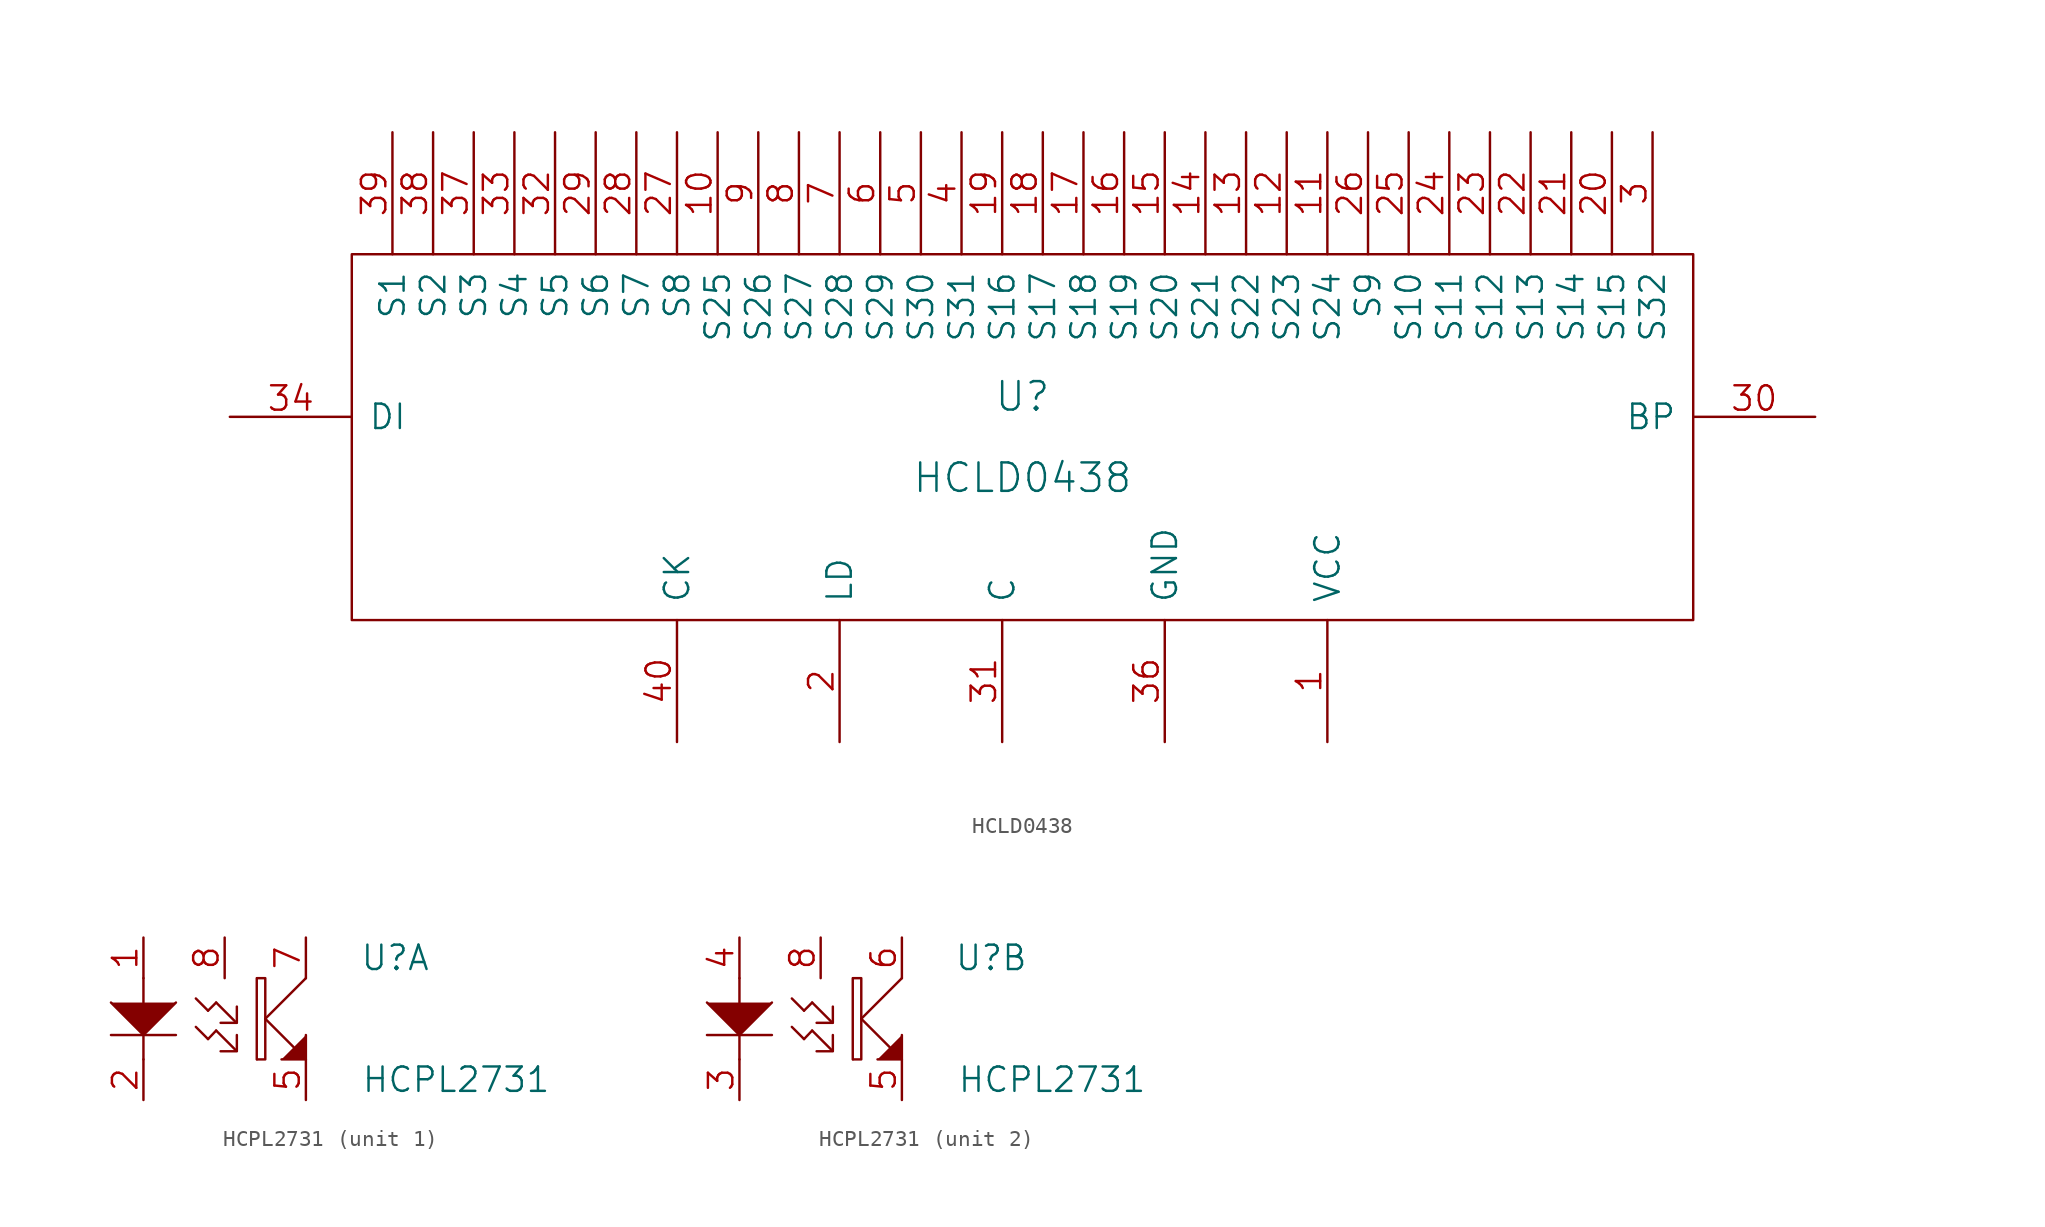
<source format=kicad_sym>
(kicad_symbol_lib
  (version 20211014)
  (generator kicad_symbol_editor)
  (symbol "HCLD0438"
    (pin_names
      (offset 1.016))
    (property "Reference" "U"
      (at 0 2.54 0)
      (effects (font (size 1.778 1.778))))
    (property "Value" "HCLD0438"
      (at 0 -2.54 0)
      (effects (font (size 1.778 1.778))))
    (property "Footprint" ""
      (at 0 0 0)
      (effects (font (size 1.524 1.524))))
    (property "Datasheet" ""
      (at 0 0 0)
      (effects (font (size 1.524 1.524))))
    (symbol "HCLD0438_0_1"
      (rectangle (start -41.91 -11.43) (end 41.91 11.43) (stroke (width 0) (type default) (color 0 0 0 0)) (fill (type none))))
    (symbol "HCLD0438_1_1"
      (pin input line (at 19.05 -19.05 90) (length 7.62) (name "VCC" (effects (font (size 1.524 1.524)))) (number "1" (effects (font (size 1.524 1.524)))))
      (pin output line (at -19.05 19.05 270) (length 7.62) (name "S25" (effects (font (size 1.524 1.524)))) (number "10" (effects (font (size 1.524 1.524)))))
      (pin output line (at 19.05 19.05 270) (length 7.62) (name "S24" (effects (font (size 1.524 1.524)))) (number "11" (effects (font (size 1.524 1.524)))))
      (pin output line (at 16.51 19.05 270) (length 7.62) (name "S23" (effects (font (size 1.524 1.524)))) (number "12" (effects (font (size 1.524 1.524)))))
      (pin output line (at 13.97 19.05 270) (length 7.62) (name "S22" (effects (font (size 1.524 1.524)))) (number "13" (effects (font (size 1.524 1.524)))))
      (pin output line (at 11.43 19.05 270) (length 7.62) (name "S21" (effects (font (size 1.524 1.524)))) (number "14" (effects (font (size 1.524 1.524)))))
      (pin output line (at 8.89 19.05 270) (length 7.62) (name "S20" (effects (font (size 1.524 1.524)))) (number "15" (effects (font (size 1.524 1.524)))))
      (pin output line (at 6.35 19.05 270) (length 7.62) (name "S19" (effects (font (size 1.524 1.524)))) (number "16" (effects (font (size 1.524 1.524)))))
      (pin output line (at 3.81 19.05 270) (length 7.62) (name "S18" (effects (font (size 1.524 1.524)))) (number "17" (effects (font (size 1.524 1.524)))))
      (pin output line (at 1.27 19.05 270) (length 7.62) (name "S17" (effects (font (size 1.524 1.524)))) (number "18" (effects (font (size 1.524 1.524)))))
      (pin output line (at -1.27 19.05 270) (length 7.62) (name "S16" (effects (font (size 1.524 1.524)))) (number "19" (effects (font (size 1.524 1.524)))))
      (pin input line (at -11.43 -19.05 90) (length 7.62) (name "LD" (effects (font (size 1.524 1.524)))) (number "2" (effects (font (size 1.524 1.524)))))
      (pin output line (at 36.83 19.05 270) (length 7.62) (name "S15" (effects (font (size 1.524 1.524)))) (number "20" (effects (font (size 1.524 1.524)))))
      (pin output line (at 34.29 19.05 270) (length 7.62) (name "S14" (effects (font (size 1.524 1.524)))) (number "21" (effects (font (size 1.524 1.524)))))
      (pin output line (at 31.75 19.05 270) (length 7.62) (name "S13" (effects (font (size 1.524 1.524)))) (number "22" (effects (font (size 1.524 1.524)))))
      (pin output line (at 29.21 19.05 270) (length 7.62) (name "S12" (effects (font (size 1.524 1.524)))) (number "23" (effects (font (size 1.524 1.524)))))
      (pin output line (at 26.67 19.05 270) (length 7.62) (name "S11" (effects (font (size 1.524 1.524)))) (number "24" (effects (font (size 1.524 1.524)))))
      (pin output line (at 24.13 19.05 270) (length 7.62) (name "S10" (effects (font (size 1.524 1.524)))) (number "25" (effects (font (size 1.524 1.524)))))
      (pin output line (at 21.59 19.05 270) (length 7.62) (name "S9" (effects (font (size 1.524 1.524)))) (number "26" (effects (font (size 1.524 1.524)))))
      (pin output line (at -21.59 19.05 270) (length 7.62) (name "S8" (effects (font (size 1.524 1.524)))) (number "27" (effects (font (size 1.524 1.524)))))
      (pin output line (at -24.13 19.05 270) (length 7.62) (name "S7" (effects (font (size 1.524 1.524)))) (number "28" (effects (font (size 1.524 1.524)))))
      (pin output line (at -26.67 19.05 270) (length 7.62) (name "S6" (effects (font (size 1.524 1.524)))) (number "29" (effects (font (size 1.524 1.524)))))
      (pin output line (at 39.37 19.05 270) (length 7.62) (name "S32" (effects (font (size 1.524 1.524)))) (number "3" (effects (font (size 1.524 1.524)))))
      (pin output line (at 49.53 1.27 180) (length 7.62) (name "BP" (effects (font (size 1.524 1.524)))) (number "30" (effects (font (size 1.524 1.524)))))
      (pin input line (at -1.27 -19.05 90) (length 7.62) (name "C" (effects (font (size 1.524 1.524)))) (number "31" (effects (font (size 1.524 1.524)))))
      (pin output line (at -29.21 19.05 270) (length 7.62) (name "S5" (effects (font (size 1.524 1.524)))) (number "32" (effects (font (size 1.524 1.524)))))
      (pin output line (at -31.75 19.05 270) (length 7.62) (name "S4" (effects (font (size 1.524 1.524)))) (number "33" (effects (font (size 1.524 1.524)))))
      (pin input line (at -49.53 1.27 0) (length 7.62) (name "DI" (effects (font (size 1.524 1.524)))) (number "34" (effects (font (size 1.524 1.524)))))
      (pin input line (at 8.89 -19.05 90) (length 7.62) (name "GND" (effects (font (size 1.524 1.524)))) (number "36" (effects (font (size 1.524 1.524)))))
      (pin output line (at -34.29 19.05 270) (length 7.62) (name "S3" (effects (font (size 1.524 1.524)))) (number "37" (effects (font (size 1.524 1.524)))))
      (pin output line (at -36.83 19.05 270) (length 7.62) (name "S2" (effects (font (size 1.524 1.524)))) (number "38" (effects (font (size 1.524 1.524)))))
      (pin output line (at -39.37 19.05 270) (length 7.62) (name "S1" (effects (font (size 1.524 1.524)))) (number "39" (effects (font (size 1.524 1.524)))))
      (pin output line (at -3.81 19.05 270) (length 7.62) (name "S31" (effects (font (size 1.524 1.524)))) (number "4" (effects (font (size 1.524 1.524)))))
      (pin input line (at -21.59 -19.05 90) (length 7.62) (name "CK" (effects (font (size 1.524 1.524)))) (number "40" (effects (font (size 1.524 1.524)))))
      (pin output line (at -6.35 19.05 270) (length 7.62) (name "S30" (effects (font (size 1.524 1.524)))) (number "5" (effects (font (size 1.524 1.524)))))
      (pin output line (at -8.89 19.05 270) (length 7.62) (name "S29" (effects (font (size 1.524 1.524)))) (number "6" (effects (font (size 1.524 1.524)))))
      (pin output line (at -11.43 19.05 270) (length 7.62) (name "S28" (effects (font (size 1.524 1.524)))) (number "7" (effects (font (size 1.524 1.524)))))
      (pin output line (at -13.97 19.05 270) (length 7.62) (name "S27" (effects (font (size 1.524 1.524)))) (number "8" (effects (font (size 1.524 1.524)))))
      (pin output line (at -16.51 19.05 270) (length 7.62) (name "S26" (effects (font (size 1.524 1.524)))) (number "9" (effects (font (size 1.524 1.524)))))))
  (symbol "HCPL2731"
    (pin_names
      (offset 0.762) hide)
    (property "Reference" "U"
      (at 11.938 3.81 0)
      (effects (font (size 1.524 1.524))))
    (property "Value" "HCPL2731"
      (at 15.748 -3.81 0)
      (effects (font (size 1.524 1.524))))
    (property "Footprint" ""
      (at 0 0 0)
      (effects (font (size 1.524 1.524))))
    (property "Datasheet" ""
      (at 0 0 0)
      (effects (font (size 1.524 1.524))))
    (symbol "HCPL2731_0_0"
      (pin passive line (at 1.27 5.08 270) (length 2.54) (name "VCC" (effects (font (size 1.524 1.524)))) (number "8" (effects (font (size 1.524 1.524))))))
    (symbol "HCPL2731_0_1"
      (polyline (pts (xy -3.81 -1.016) (xy -3.81 -2.54)) (stroke (width 0) (type default) (color 0 0 0 0)) (fill (type outline)))
      (polyline (pts (xy -3.81 1.016) (xy -3.81 2.54)) (stroke (width 0) (type default) (color 0 0 0 0)) (fill (type outline)))
      (polyline (pts (xy -1.778 -1.016) (xy -5.842 -1.016)) (stroke (width 0) (type default) (color 0 0 0 0)) (fill (type outline)))
      (polyline (pts (xy -0.533 -0.508) (xy 0.229 -1.27)) (stroke (width 0) (type default) (color 0 0 0 0)) (fill (type none)))
      (polyline (pts (xy -0.533 1.27) (xy 0.229 0.508)) (stroke (width 0) (type default) (color 0 0 0 0)) (fill (type none)))
      (polyline (pts (xy 0.229 -1.27) (xy 0.737 -0.737)) (stroke (width 0) (type default) (color 0 0 0 0)) (fill (type none)))
      (polyline (pts (xy 0.229 0.508) (xy 0.737 1.016)) (stroke (width 0) (type default) (color 0 0 0 0)) (fill (type none)))
      (polyline (pts (xy 0.737 -0.737) (xy 2.007 -2.007)) (stroke (width 0) (type default) (color 0 0 0 0)) (fill (type none)))
      (polyline (pts (xy 0.737 1.016) (xy 2.007 -0.254)) (stroke (width 0) (type default) (color 0 0 0 0)) (fill (type none)))
      (polyline (pts (xy 3.277 -2.54) (xy 3.277 2.54)) (stroke (width 0) (type default) (color 0 0 0 0)) (fill (type none)))
      (polyline (pts (xy 3.81 0) (xy 5.588 -1.778)) (stroke (width 0) (type default) (color 0 0 0 0)) (fill (type outline)))
      (polyline (pts (xy 6.35 2.54) (xy 3.81 0)) (stroke (width 0) (type default) (color 0 0 0 0)) (fill (type none)))
      (polyline (pts (xy -1.778 1.016) (xy -3.81 -1.016) (xy -5.842 1.016)) (stroke (width 0) (type default) (color 0 0 0 0)) (fill (type outline)))
      (polyline (pts (xy 2.032 -1.016) (xy 2.032 -2.032) (xy 1.016 -2.032)) (stroke (width 0) (type default) (color 0 0 0 0)) (fill (type none)))
      (polyline (pts (xy 2.032 0.762) (xy 2.032 -0.254) (xy 1.016 -0.254)) (stroke (width 0) (type default) (color 0 0 0 0)) (fill (type none)))
      (polyline (pts (xy 4.826 -2.54) (xy 6.35 -2.54) (xy 6.35 -1.016)) (stroke (width 0) (type default) (color 0 0 0 0)) (fill (type outline)))
      (polyline (pts (xy 3.302 2.54) (xy 3.81 2.54) (xy 3.81 -2.54) (xy 3.302 -2.54)) (stroke (width 0) (type default) (color 0 0 0 0)) (fill (type none))))
    (symbol "HCPL2731_1_1"
      (pin passive line (at -3.81 5.08 270) (length 2.54) (name "ANODE" (effects (font (size 1.524 1.524)))) (number "1" (effects (font (size 1.524 1.524)))))
      (pin passive line (at -3.81 -5.08 90) (length 2.54) (name "CATHODE" (effects (font (size 1.524 1.524)))) (number "2" (effects (font (size 1.524 1.524)))))
      (pin passive line (at 6.35 -5.08 90) (length 2.54) (name "EMITTER" (effects (font (size 1.524 1.524)))) (number "5" (effects (font (size 1.524 1.524)))))
      (pin passive line (at 6.35 5.08 270) (length 2.54) (name "COLLECTOR" (effects (font (size 1.524 1.524)))) (number "7" (effects (font (size 1.524 1.524))))))
    (symbol "HCPL2731_2_1"
      (pin passive line (at -3.81 -5.08 90) (length 2.54) (name "CATHODE" (effects (font (size 1.524 1.524)))) (number "3" (effects (font (size 1.524 1.524)))))
      (pin passive line (at -3.81 5.08 270) (length 2.54) (name "ANODE" (effects (font (size 1.524 1.524)))) (number "4" (effects (font (size 1.524 1.524)))))
      (pin passive line (at 6.35 -5.08 90) (length 2.54) (name "EMITTER" (effects (font (size 1.524 1.524)))) (number "5" (effects (font (size 1.524 1.524)))))
      (pin passive line (at 6.35 5.08 270) (length 2.54) (name "COLLECTOR" (effects (font (size 1.524 1.524)))) (number "6" (effects (font (size 1.524 1.524))))))))
</source>
